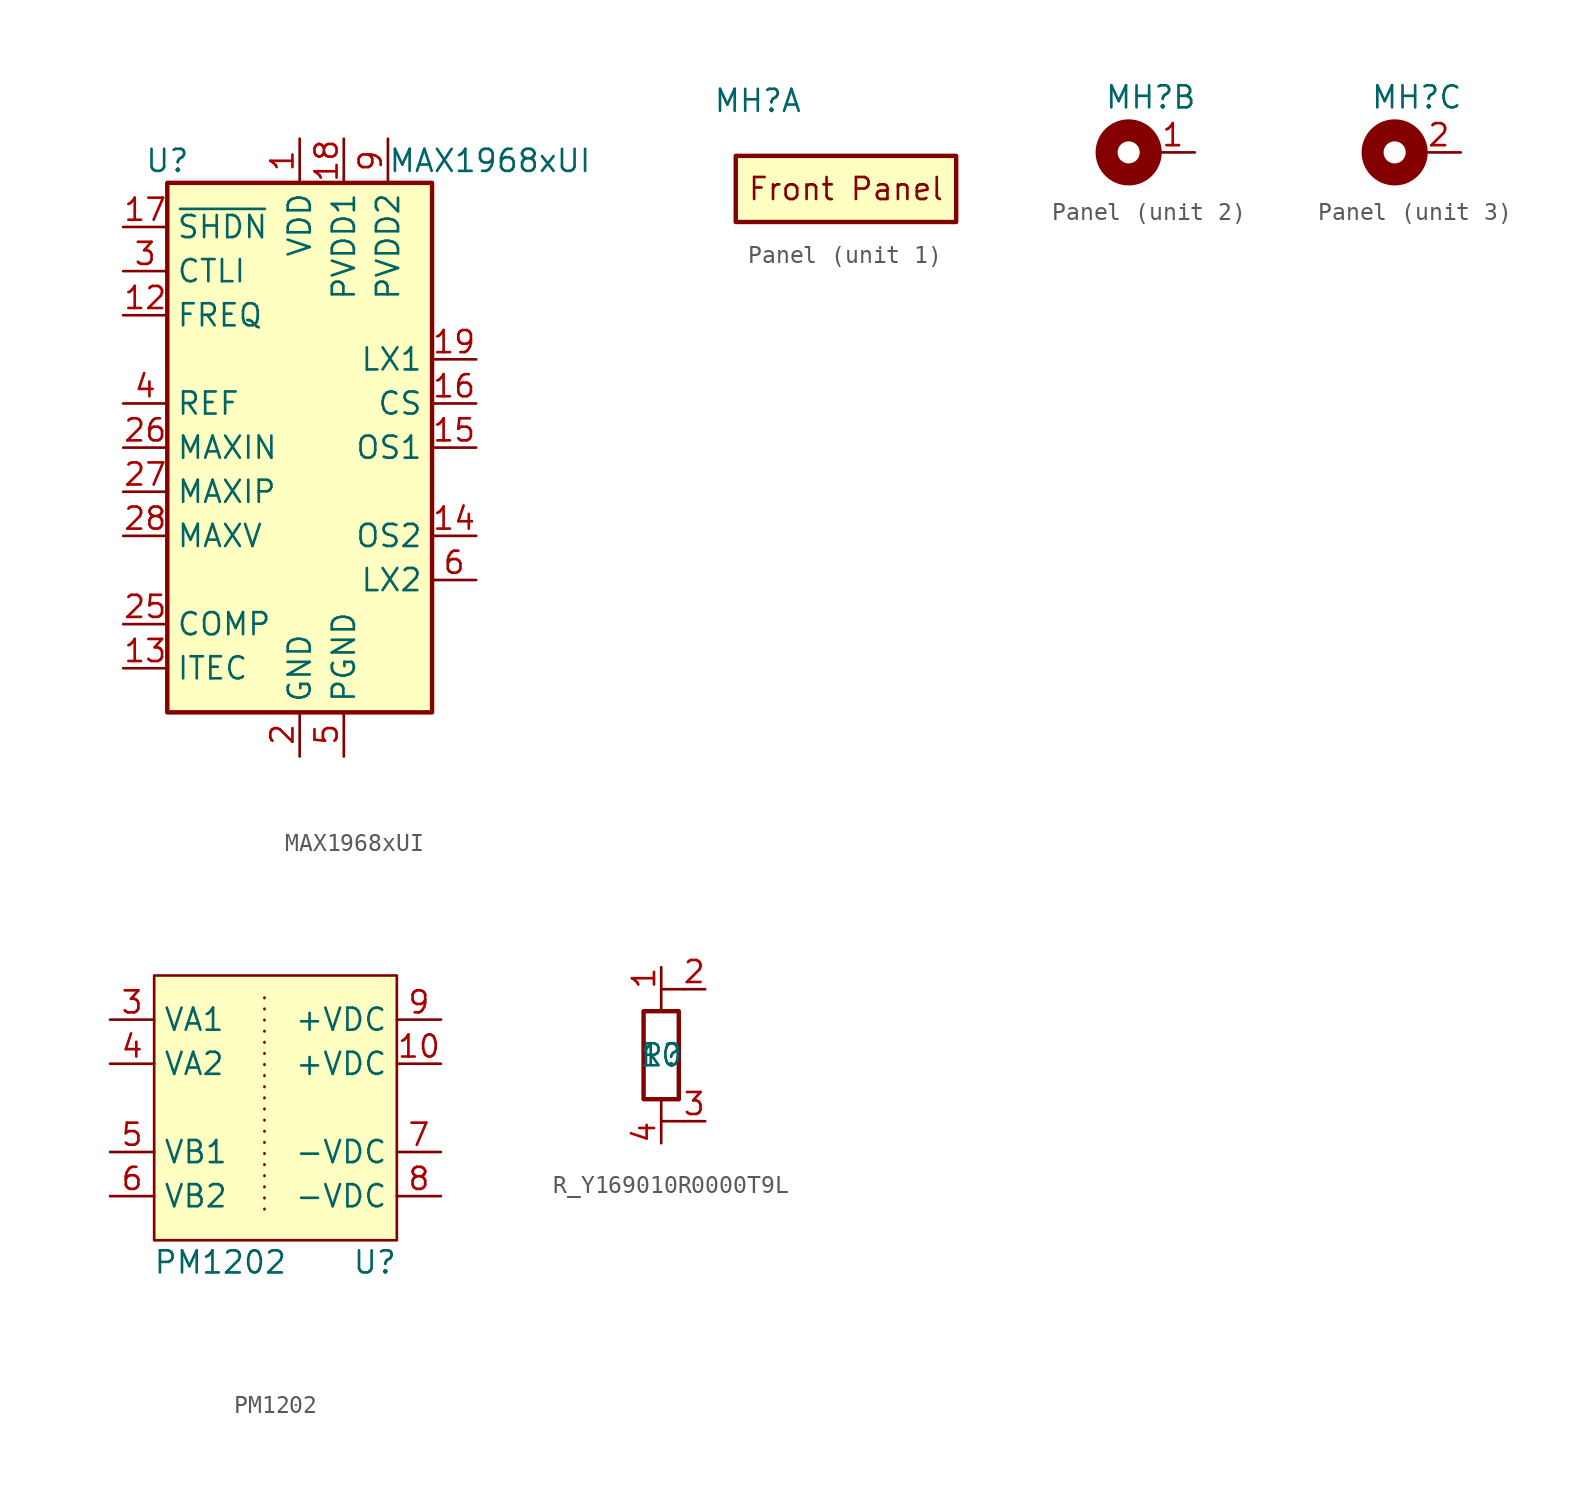
<source format=kicad_sym>
(kicad_symbol_lib
  (version 20220914)
  (generator kicad_symbol_editor)
  (symbol "MAX1968xUI"
    (property "Reference" "U"
      (at -7.62 16.51 0)
      (effects (font (size 1.27 1.27))))
    (property "Value" "MAX1968xUI"
      (at 5.08 16.51 0)
      (effects (font (size 1.27 1.27)) (justify left)))
    (symbol "MAX1968xUI_0_1"
      (rectangle (start -7.62 15.24) (end 7.62 -15.24) (stroke (width 0.254) (type default)) (fill (type background))))
    (symbol "MAX1968xUI_1_1"
      (pin power_in line (at 0 17.78 270) (length 2.54) (name "VDD" (effects (font (size 1.27 1.27)))) (number "1" (effects (font (size 1.27 1.27)))))
      (pin passive line (at 10.16 -7.62 180) (length 2.54) hide (name "LX2" (effects (font (size 1.27 1.27)))) (number "10" (effects (font (size 1.27 1.27)))))
      (pin passive line (at 5.08 17.78 270) (length 2.54) hide (name "PVDD2" (effects (font (size 1.27 1.27)))) (number "11" (effects (font (size 1.27 1.27)))))
      (pin input line (at -10.16 7.62 0) (length 2.54) (name "FREQ" (effects (font (size 1.27 1.27)))) (number "12" (effects (font (size 1.27 1.27)))))
      (pin output line (at -10.16 -12.7 0) (length 2.54) (name "ITEC" (effects (font (size 1.27 1.27)))) (number "13" (effects (font (size 1.27 1.27)))))
      (pin input line (at 10.16 -5.08 180) (length 2.54) (name "OS2" (effects (font (size 1.27 1.27)))) (number "14" (effects (font (size 1.27 1.27)))))
      (pin input line (at 10.16 0 180) (length 2.54) (name "OS1" (effects (font (size 1.27 1.27)))) (number "15" (effects (font (size 1.27 1.27)))))
      (pin input line (at 10.16 2.54 180) (length 2.54) (name "CS" (effects (font (size 1.27 1.27)))) (number "16" (effects (font (size 1.27 1.27)))))
      (pin input line (at -10.16 12.7 0) (length 2.54) (name "~{SHDN}" (effects (font (size 1.27 1.27)))) (number "17" (effects (font (size 1.27 1.27)))))
      (pin power_in line (at 2.54 17.78 270) (length 2.54) (name "PVDD1" (effects (font (size 1.27 1.27)))) (number "18" (effects (font (size 1.27 1.27)))))
      (pin power_out line (at 10.16 5.08 180) (length 2.54) (name "LX1" (effects (font (size 1.27 1.27)))) (number "19" (effects (font (size 1.27 1.27)))))
      (pin power_in line (at 0 -17.78 90) (length 2.54) (name "GND" (effects (font (size 1.27 1.27)))) (number "2" (effects (font (size 1.27 1.27)))))
      (pin passive line (at 2.54 17.78 270) (length 2.54) hide (name "PVDD1" (effects (font (size 1.27 1.27)))) (number "20" (effects (font (size 1.27 1.27)))))
      (pin passive line (at 10.16 5.08 180) (length 2.54) hide (name "LX1" (effects (font (size 1.27 1.27)))) (number "21" (effects (font (size 1.27 1.27)))))
      (pin passive line (at 2.54 -17.78 90) (length 2.54) hide (name "PGND" (effects (font (size 1.27 1.27)))) (number "22" (effects (font (size 1.27 1.27)))))
      (pin passive line (at 10.16 5.08 180) (length 2.54) hide (name "LX1" (effects (font (size 1.27 1.27)))) (number "23" (effects (font (size 1.27 1.27)))))
      (pin passive line (at 2.54 -17.78 90) (length 2.54) hide (name "PGND" (effects (font (size 1.27 1.27)))) (number "24" (effects (font (size 1.27 1.27)))))
      (pin passive line (at -10.16 -10.16 0) (length 2.54) (name "COMP" (effects (font (size 1.27 1.27)))) (number "25" (effects (font (size 1.27 1.27)))))
      (pin input line (at -10.16 0 0) (length 2.54) (name "MAXIN" (effects (font (size 1.27 1.27)))) (number "26" (effects (font (size 1.27 1.27)))))
      (pin input line (at -10.16 -2.54 0) (length 2.54) (name "MAXIP" (effects (font (size 1.27 1.27)))) (number "27" (effects (font (size 1.27 1.27)))))
      (pin input line (at -10.16 -5.08 0) (length 2.54) (name "MAXV" (effects (font (size 1.27 1.27)))) (number "28" (effects (font (size 1.27 1.27)))))
      (pin passive line (at 0 -17.78 90) (length 2.54) hide (name "GND" (effects (font (size 1.27 1.27)))) (number "29" (effects (font (size 1.27 1.27)))))
      (pin input line (at -10.16 10.16 0) (length 2.54) (name "CTLI" (effects (font (size 1.27 1.27)))) (number "3" (effects (font (size 1.27 1.27)))))
      (pin output line (at -10.16 2.54 0) (length 2.54) (name "REF" (effects (font (size 1.27 1.27)))) (number "4" (effects (font (size 1.27 1.27)))))
      (pin power_in line (at 2.54 -17.78 90) (length 2.54) (name "PGND" (effects (font (size 1.27 1.27)))) (number "5" (effects (font (size 1.27 1.27)))))
      (pin power_out line (at 10.16 -7.62 180) (length 2.54) (name "LX2" (effects (font (size 1.27 1.27)))) (number "6" (effects (font (size 1.27 1.27)))))
      (pin passive line (at 2.54 -17.78 90) (length 2.54) hide (name "PGND" (effects (font (size 1.27 1.27)))) (number "7" (effects (font (size 1.27 1.27)))))
      (pin passive line (at 10.16 -7.62 180) (length 2.54) hide (name "LX2" (effects (font (size 1.27 1.27)))) (number "8" (effects (font (size 1.27 1.27)))))
      (pin power_in line (at 5.08 17.78 270) (length 2.54) (name "PVDD2" (effects (font (size 1.27 1.27)))) (number "9" (effects (font (size 1.27 1.27)))))))
  (symbol "Panel"
    (property "Reference" "MH"
      (at 1.27 3.175 0)
      (effects (font (size 1.27 1.27))))
    (symbol "Panel_1_1"
      (rectangle (start 0 0) (end 12.7 -3.81) (stroke (width 0.254) (type default)) (fill (type background)))
      (text "Front Panel" (at 6.35 -1.905 0) (effects (font (size 1.27 1.27)))))
    (symbol "Panel_2_1"
      (circle (center 0 0) (radius 1.27) (stroke (width 1.27) (type default)) (fill (type none)))
      (pin input line (at 3.81 0 180) (length 2.54) (name "" (effects (font (size 1.27 1.27)))) (number "1" (effects (font (size 1.27 1.27))))))
    (symbol "Panel_3_1"
      (circle (center 0 0) (radius 1.27) (stroke (width 1.27) (type default)) (fill (type none)))
      (pin input line (at 3.81 0 180) (length 2.54) (name "" (effects (font (size 1.27 1.27)))) (number "2" (effects (font (size 1.27 1.27)))))))
  (symbol "PM1202"
    (property "Reference" "U"
      (at 6.35 -6.35 0)
      (effects (font (size 1.27 1.27))))
    (property "Value" "PM1202"
      (at -2.54 -6.35 0)
      (effects (font (size 1.27 1.27))))
    (symbol "PM1202_0_0"
      (pin no_connect line (at -1.27 -11.43 180) (length 2.54) hide (name "NC" (effects (font (size 1.27 1.27)))) (number "1" (effects (font (size 1.27 1.27)))))
      (pin power_out line (at 10.16 5.08 180) (length 2.54) (name "+VDC" (effects (font (size 1.27 1.27)))) (number "10" (effects (font (size 1.27 1.27)))))
      (pin no_connect line (at -1.27 -8.89 180) (length 2.54) hide (name "NC" (effects (font (size 1.27 1.27)))) (number "2" (effects (font (size 1.27 1.27)))))
      (pin passive line (at 10.16 0 180) (length 2.54) (name "-VDC" (effects (font (size 1.27 1.27)))) (number "7" (effects (font (size 1.27 1.27)))))
      (pin power_out line (at 10.16 -2.54 180) (length 2.54) (name "-VDC" (effects (font (size 1.27 1.27)))) (number "8" (effects (font (size 1.27 1.27)))))
      (pin input line (at 10.16 7.62 180) (length 2.54) (name "+VDC" (effects (font (size 1.27 1.27)))) (number "9" (effects (font (size 1.27 1.27))))))
    (symbol "PM1202_0_1"
      (rectangle (start -6.35 10.16) (end 7.62 -5.08) (stroke (width 0) (type default)) (fill (type background))))
    (symbol "PM1202_1_0"
      (pin power_in line (at -8.89 7.62 0) (length 2.54) (name "VA1" (effects (font (size 1.27 1.27)))) (number "3" (effects (font (size 1.27 1.27)))))
      (pin power_in line (at -8.89 5.08 0) (length 2.54) (name "VA2" (effects (font (size 1.27 1.27)))) (number "4" (effects (font (size 1.27 1.27)))))
      (pin power_in line (at -8.89 0 0) (length 2.54) (name "VB1" (effects (font (size 1.27 1.27)))) (number "5" (effects (font (size 1.27 1.27)))))
      (pin power_in line (at -8.89 -2.54 0) (length 2.54) (name "VB2" (effects (font (size 1.27 1.27)))) (number "6" (effects (font (size 1.27 1.27))))))
    (symbol "PM1202_1_1"
      (polyline (pts (xy 0 8.89) (xy 0 -3.81)) (stroke (width 0) (type dot)) (fill (type none)))))
  (symbol "R_Y169010R0000T9L"
    (property "Reference" "R"
      (at 0 0 0)
      (effects (font (size 1.27 1.27))))
    (property "Value" "10"
      (at 0 0 0)
      (effects (font (size 1.27 1.27))))
    (symbol "R_Y169010R0000T9L_0_1"
      (rectangle (start -1.016 2.54) (end 1.016 -2.54) (stroke (width 0.254) (type default)) (fill (type none)))
      (polyline (pts (xy 0 -3.81) (xy 0 -2.54)) (stroke (width 0) (type default)) (fill (type none)))
      (polyline (pts (xy 1.27 -3.81) (xy 0 -3.81)) (stroke (width 0) (type default)) (fill (type none)))
      (polyline (pts (xy 1.27 3.81) (xy 0 3.81) (xy 0 2.54)) (stroke (width 0) (type default)) (fill (type none))))
    (symbol "R_Y169010R0000T9L_1_1"
      (pin passive line (at 0 5.08 270) (length 1.27) (name "" (effects (font (size 1.27 1.27)))) (number "1" (effects (font (size 1.27 1.27)))))
      (pin passive line (at 2.54 3.81 180) (length 1.27) (name "~" (effects (font (size 1.27 1.27)))) (number "2" (effects (font (size 1.27 1.27)))))
      (pin passive line (at 2.54 -3.81 180) (length 1.27) (name "~" (effects (font (size 1.27 1.27)))) (number "3" (effects (font (size 1.27 1.27)))))
      (pin passive line (at 0 -5.08 90) (length 1.27) (name "~" (effects (font (size 1.27 1.27)))) (number "4" (effects (font (size 1.27 1.27))))))))
</source>
